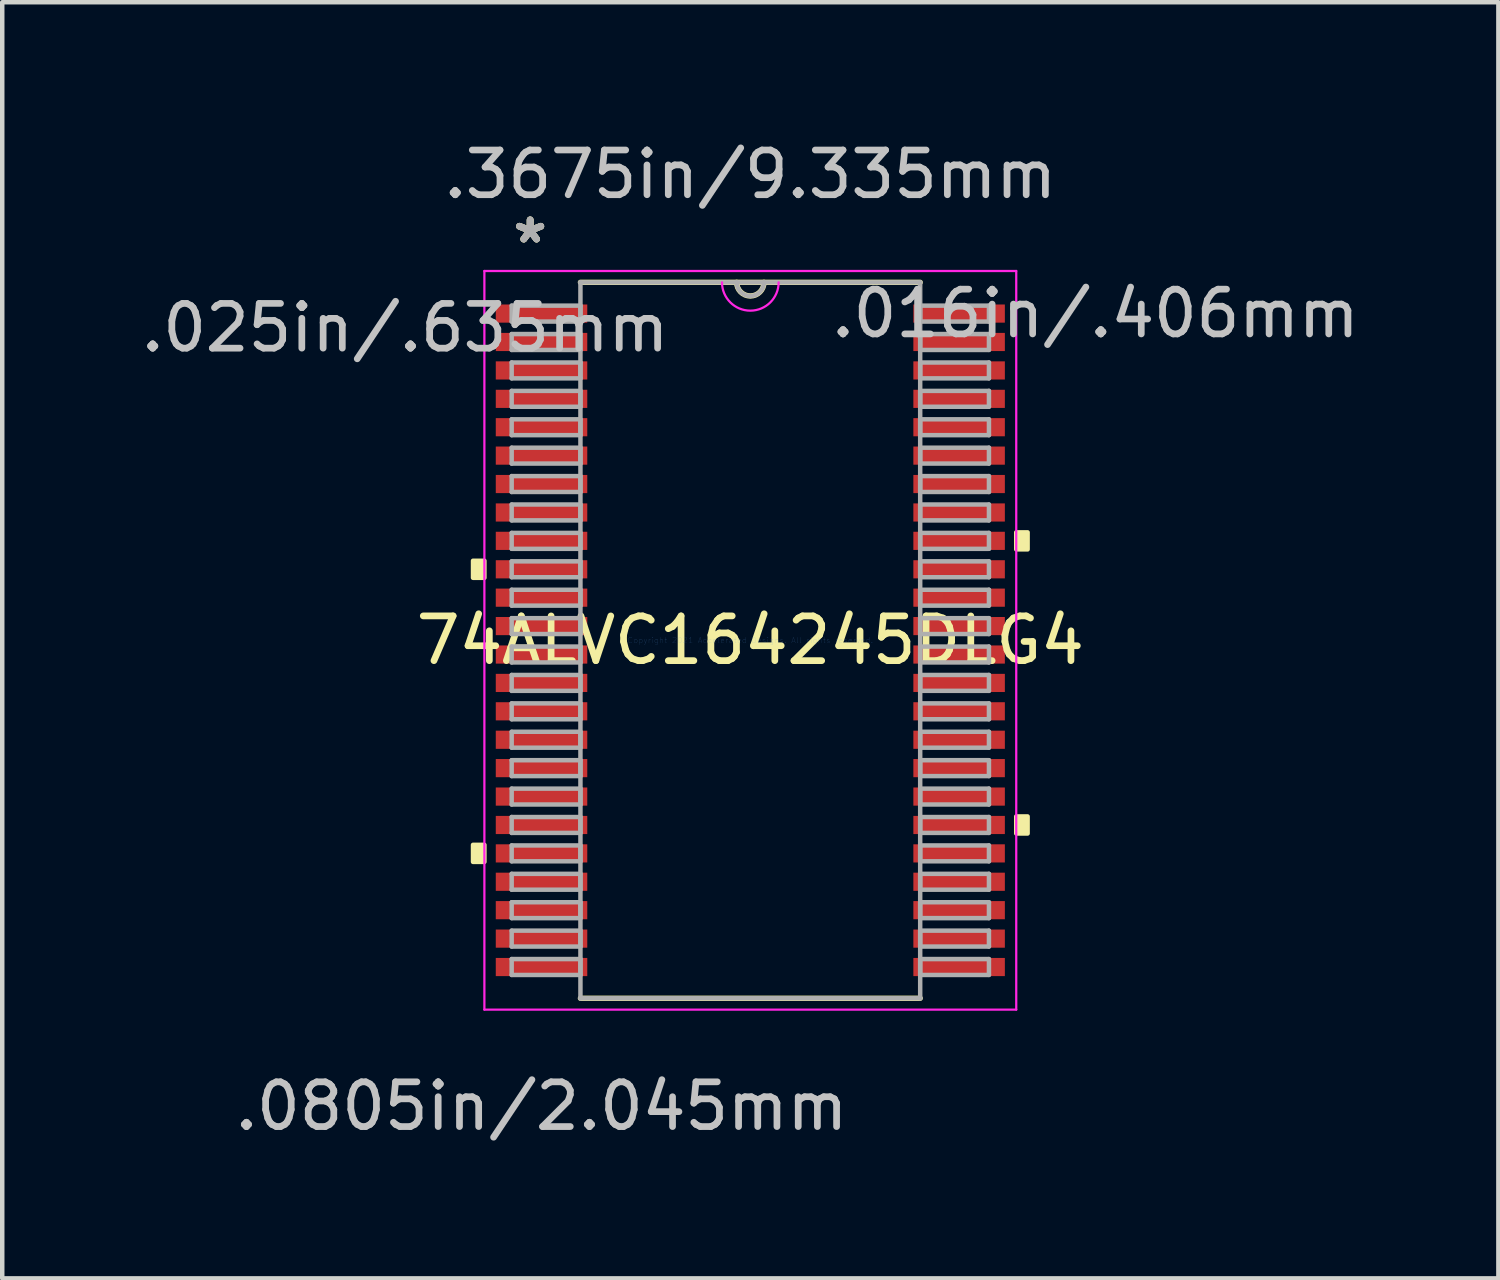
<source format=kicad_pcb>
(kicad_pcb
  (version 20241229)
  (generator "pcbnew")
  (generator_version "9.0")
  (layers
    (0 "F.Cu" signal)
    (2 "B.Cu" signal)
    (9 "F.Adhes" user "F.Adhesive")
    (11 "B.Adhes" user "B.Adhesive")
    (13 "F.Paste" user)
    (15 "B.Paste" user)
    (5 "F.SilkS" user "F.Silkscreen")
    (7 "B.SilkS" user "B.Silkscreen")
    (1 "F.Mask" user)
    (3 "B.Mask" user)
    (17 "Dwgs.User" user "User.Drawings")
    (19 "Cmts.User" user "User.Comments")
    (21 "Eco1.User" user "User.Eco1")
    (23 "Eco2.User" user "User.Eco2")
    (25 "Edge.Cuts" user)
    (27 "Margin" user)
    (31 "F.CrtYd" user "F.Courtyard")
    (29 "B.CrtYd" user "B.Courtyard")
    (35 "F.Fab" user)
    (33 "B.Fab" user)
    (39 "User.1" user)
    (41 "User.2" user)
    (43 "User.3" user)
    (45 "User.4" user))
  (footprint "74ALVC164245DLG4"
    (layer "F.Cu")
    (at 13.721 11.262)
    (property "Reference" "74ALVC164245DLG4" (at 0 0 0) (layer "F.SilkS") (effects (font (size 1 1) (thickness 0.15))))
    (attr through_hole)
    (fp_line (start -3.797 8.001) (end 3.797 8.001) (stroke (width 0.12) (type solid)) (layer "F.SilkS"))
    (fp_line (start 3.797 -8.001) (end -3.797 -8.001) (stroke (width 0.12) (type solid)) (layer "F.SilkS"))
    (fp_arc (start 0.3048 -8.001) (mid 0 -7.6962) (end -0.3048 -8.001) (stroke (width 0.12) (type solid)) (layer "F.SilkS"))
    (fp_poly (pts (xy -6.198 -1.778) (xy -6.198 -1.397) (xy -5.944 -1.397) (xy -5.944 -1.778)) (stroke (width 0.1) (type solid)) (fill yes) (layer "F.SilkS"))
    (fp_poly (pts (xy -6.198 4.572) (xy -6.198 4.953) (xy -5.944 4.953) (xy -5.944 4.572)) (stroke (width 0.1) (type solid)) (fill yes) (layer "F.SilkS"))
    (fp_poly (pts (xy 6.198 -2.413) (xy 6.198 -2.032) (xy 5.944 -2.032) (xy 5.944 -2.413)) (stroke (width 0.1) (type solid)) (fill yes) (layer "F.SilkS"))
    (fp_poly (pts (xy 6.198 3.937) (xy 6.198 4.318) (xy 5.944 4.318) (xy 5.944 3.937)) (stroke (width 0.1) (type solid)) (fill yes) (layer "F.SilkS"))
    (fp_line (start -5.944 -8.255) (end 5.944 -8.255) (stroke (width 0.05) (type solid)) (layer "F.CrtYd"))
    (fp_line (start -5.944 8.255) (end -5.944 -8.255) (stroke (width 0.05) (type solid)) (layer "F.CrtYd"))
    (fp_line (start 5.944 -8.255) (end 5.944 8.255) (stroke (width 0.05) (type solid)) (layer "F.CrtYd"))
    (fp_line (start 5.944 8.255) (end -5.944 8.255) (stroke (width 0.05) (type solid)) (layer "F.CrtYd"))
    (fp_arc (start 0.632883 -8.001) (mid 0 -7.368117) (end -0.632883 -8.001) (stroke (width 0.05) (type solid)) (layer "F.CrtYd"))
    (fp_line (start -5.334 -7.48) (end -5.334 -7.125) (stroke (width 0.1) (type solid)) (layer "F.Fab"))
    (fp_line (start -5.334 -7.125) (end -3.797 -7.125) (stroke (width 0.1) (type solid)) (layer "F.Fab"))
    (fp_line (start -5.334 -6.845) (end -5.334 -6.49) (stroke (width 0.1) (type solid)) (layer "F.Fab"))
    (fp_line (start -5.334 -6.49) (end -3.797 -6.49) (stroke (width 0.1) (type solid)) (layer "F.Fab"))
    (fp_line (start -5.334 -6.21) (end -5.334 -5.855) (stroke (width 0.1) (type solid)) (layer "F.Fab"))
    (fp_line (start -5.334 -5.855) (end -3.797 -5.855) (stroke (width 0.1) (type solid)) (layer "F.Fab"))
    (fp_line (start -5.334 -5.575) (end -5.334 -5.22) (stroke (width 0.1) (type solid)) (layer "F.Fab"))
    (fp_line (start -5.334 -5.22) (end -3.797 -5.22) (stroke (width 0.1) (type solid)) (layer "F.Fab"))
    (fp_line (start -5.334 -4.94) (end -5.334 -4.585) (stroke (width 0.1) (type solid)) (layer "F.Fab"))
    (fp_line (start -5.334 -4.585) (end -3.797 -4.585) (stroke (width 0.1) (type solid)) (layer "F.Fab"))
    (fp_line (start -5.334 -4.305) (end -5.334 -3.95) (stroke (width 0.1) (type solid)) (layer "F.Fab"))
    (fp_line (start -5.334 -3.95) (end -3.797 -3.95) (stroke (width 0.1) (type solid)) (layer "F.Fab"))
    (fp_line (start -5.334 -3.67) (end -5.334 -3.315) (stroke (width 0.1) (type solid)) (layer "F.Fab"))
    (fp_line (start -5.334 -3.315) (end -3.797 -3.315) (stroke (width 0.1) (type solid)) (layer "F.Fab"))
    (fp_line (start -5.334 -3.035) (end -5.334 -2.68) (stroke (width 0.1) (type solid)) (layer "F.Fab"))
    (fp_line (start -5.334 -2.68) (end -3.797 -2.68) (stroke (width 0.1) (type solid)) (layer "F.Fab"))
    (fp_line (start -5.334 -2.4) (end -5.334 -2.045) (stroke (width 0.1) (type solid)) (layer "F.Fab"))
    (fp_line (start -5.334 -2.045) (end -3.797 -2.045) (stroke (width 0.1) (type solid)) (layer "F.Fab"))
    (fp_line (start -5.334 -1.765) (end -5.334 -1.41) (stroke (width 0.1) (type solid)) (layer "F.Fab"))
    (fp_line (start -5.334 -1.41) (end -3.797 -1.41) (stroke (width 0.1) (type solid)) (layer "F.Fab"))
    (fp_line (start -5.334 -1.13) (end -5.334 -0.775) (stroke (width 0.1) (type solid)) (layer "F.Fab"))
    (fp_line (start -5.334 -0.775) (end -3.797 -0.775) (stroke (width 0.1) (type solid)) (layer "F.Fab"))
    (fp_line (start -5.334 -0.495) (end -5.334 -0.14) (stroke (width 0.1) (type solid)) (layer "F.Fab"))
    (fp_line (start -5.334 -0.14) (end -3.797 -0.14) (stroke (width 0.1) (type solid)) (layer "F.Fab"))
    (fp_line (start -5.334 0.14) (end -5.334 0.495) (stroke (width 0.1) (type solid)) (layer "F.Fab"))
    (fp_line (start -5.334 0.495) (end -3.797 0.495) (stroke (width 0.1) (type solid)) (layer "F.Fab"))
    (fp_line (start -5.334 0.775) (end -5.334 1.13) (stroke (width 0.1) (type solid)) (layer "F.Fab"))
    (fp_line (start -5.334 1.13) (end -3.797 1.13) (stroke (width 0.1) (type solid)) (layer "F.Fab"))
    (fp_line (start -5.334 1.41) (end -5.334 1.765) (stroke (width 0.1) (type solid)) (layer "F.Fab"))
    (fp_line (start -5.334 1.765) (end -3.797 1.765) (stroke (width 0.1) (type solid)) (layer "F.Fab"))
    (fp_line (start -5.334 2.045) (end -5.334 2.4) (stroke (width 0.1) (type solid)) (layer "F.Fab"))
    (fp_line (start -5.334 2.4) (end -3.797 2.4) (stroke (width 0.1) (type solid)) (layer "F.Fab"))
    (fp_line (start -5.334 2.68) (end -5.334 3.035) (stroke (width 0.1) (type solid)) (layer "F.Fab"))
    (fp_line (start -5.334 3.035) (end -3.797 3.035) (stroke (width 0.1) (type solid)) (layer "F.Fab"))
    (fp_line (start -5.334 3.315) (end -5.334 3.67) (stroke (width 0.1) (type solid)) (layer "F.Fab"))
    (fp_line (start -5.334 3.67) (end -3.797 3.67) (stroke (width 0.1) (type solid)) (layer "F.Fab"))
    (fp_line (start -5.334 3.95) (end -5.334 4.305) (stroke (width 0.1) (type solid)) (layer "F.Fab"))
    (fp_line (start -5.334 4.305) (end -3.797 4.305) (stroke (width 0.1) (type solid)) (layer "F.Fab"))
    (fp_line (start -5.334 4.585) (end -5.334 4.94) (stroke (width 0.1) (type solid)) (layer "F.Fab"))
    (fp_line (start -5.334 4.94) (end -3.797 4.94) (stroke (width 0.1) (type solid)) (layer "F.Fab"))
    (fp_line (start -5.334 5.22) (end -5.334 5.575) (stroke (width 0.1) (type solid)) (layer "F.Fab"))
    (fp_line (start -5.334 5.575) (end -3.797 5.575) (stroke (width 0.1) (type solid)) (layer "F.Fab"))
    (fp_line (start -5.334 5.855) (end -5.334 6.21) (stroke (width 0.1) (type solid)) (layer "F.Fab"))
    (fp_line (start -5.334 6.21) (end -3.797 6.21) (stroke (width 0.1) (type solid)) (layer "F.Fab"))
    (fp_line (start -5.334 6.49) (end -5.334 6.845) (stroke (width 0.1) (type solid)) (layer "F.Fab"))
    (fp_line (start -5.334 6.845) (end -3.797 6.845) (stroke (width 0.1) (type solid)) (layer "F.Fab"))
    (fp_line (start -5.334 7.125) (end -5.334 7.48) (stroke (width 0.1) (type solid)) (layer "F.Fab"))
    (fp_line (start -5.334 7.48) (end -3.797 7.48) (stroke (width 0.1) (type solid)) (layer "F.Fab"))
    (fp_line (start -3.797 -8.001) (end -3.797 8.001) (stroke (width 0.1) (type solid)) (layer "F.Fab"))
    (fp_line (start -3.797 -7.48) (end -5.334 -7.48) (stroke (width 0.1) (type solid)) (layer "F.Fab"))
    (fp_line (start -3.797 -7.125) (end -3.797 -7.48) (stroke (width 0.1) (type solid)) (layer "F.Fab"))
    (fp_line (start -3.797 -6.845) (end -5.334 -6.845) (stroke (width 0.1) (type solid)) (layer "F.Fab"))
    (fp_line (start -3.797 -6.49) (end -3.797 -6.845) (stroke (width 0.1) (type solid)) (layer "F.Fab"))
    (fp_line (start -3.797 -6.21) (end -5.334 -6.21) (stroke (width 0.1) (type solid)) (layer "F.Fab"))
    (fp_line (start -3.797 -5.855) (end -3.797 -6.21) (stroke (width 0.1) (type solid)) (layer "F.Fab"))
    (fp_line (start -3.797 -5.575) (end -5.334 -5.575) (stroke (width 0.1) (type solid)) (layer "F.Fab"))
    (fp_line (start -3.797 -5.22) (end -3.797 -5.575) (stroke (width 0.1) (type solid)) (layer "F.Fab"))
    (fp_line (start -3.797 -4.94) (end -5.334 -4.94) (stroke (width 0.1) (type solid)) (layer "F.Fab"))
    (fp_line (start -3.797 -4.585) (end -3.797 -4.94) (stroke (width 0.1) (type solid)) (layer "F.Fab"))
    (fp_line (start -3.797 -4.305) (end -5.334 -4.305) (stroke (width 0.1) (type solid)) (layer "F.Fab"))
    (fp_line (start -3.797 -3.95) (end -3.797 -4.305) (stroke (width 0.1) (type solid)) (layer "F.Fab"))
    (fp_line (start -3.797 -3.67) (end -5.334 -3.67) (stroke (width 0.1) (type solid)) (layer "F.Fab"))
    (fp_line (start -3.797 -3.315) (end -3.797 -3.67) (stroke (width 0.1) (type solid)) (layer "F.Fab"))
    (fp_line (start -3.797 -3.035) (end -5.334 -3.035) (stroke (width 0.1) (type solid)) (layer "F.Fab"))
    (fp_line (start -3.797 -2.68) (end -3.797 -3.035) (stroke (width 0.1) (type solid)) (layer "F.Fab"))
    (fp_line (start -3.797 -2.4) (end -5.334 -2.4) (stroke (width 0.1) (type solid)) (layer "F.Fab"))
    (fp_line (start -3.797 -2.045) (end -3.797 -2.4) (stroke (width 0.1) (type solid)) (layer "F.Fab"))
    (fp_line (start -3.797 -1.765) (end -5.334 -1.765) (stroke (width 0.1) (type solid)) (layer "F.Fab"))
    (fp_line (start -3.797 -1.41) (end -3.797 -1.765) (stroke (width 0.1) (type solid)) (layer "F.Fab"))
    (fp_line (start -3.797 -1.13) (end -5.334 -1.13) (stroke (width 0.1) (type solid)) (layer "F.Fab"))
    (fp_line (start -3.797 -0.775) (end -3.797 -1.13) (stroke (width 0.1) (type solid)) (layer "F.Fab"))
    (fp_line (start -3.797 -0.495) (end -5.334 -0.495) (stroke (width 0.1) (type solid)) (layer "F.Fab"))
    (fp_line (start -3.797 -0.14) (end -3.797 -0.495) (stroke (width 0.1) (type solid)) (layer "F.Fab"))
    (fp_line (start -3.797 0.14) (end -5.334 0.14) (stroke (width 0.1) (type solid)) (layer "F.Fab"))
    (fp_line (start -3.797 0.495) (end -3.797 0.14) (stroke (width 0.1) (type solid)) (layer "F.Fab"))
    (fp_line (start -3.797 0.775) (end -5.334 0.775) (stroke (width 0.1) (type solid)) (layer "F.Fab"))
    (fp_line (start -3.797 1.13) (end -3.797 0.775) (stroke (width 0.1) (type solid)) (layer "F.Fab"))
    (fp_line (start -3.797 1.41) (end -5.334 1.41) (stroke (width 0.1) (type solid)) (layer "F.Fab"))
    (fp_line (start -3.797 1.765) (end -3.797 1.41) (stroke (width 0.1) (type solid)) (layer "F.Fab"))
    (fp_line (start -3.797 2.045) (end -5.334 2.045) (stroke (width 0.1) (type solid)) (layer "F.Fab"))
    (fp_line (start -3.797 2.4) (end -3.797 2.045) (stroke (width 0.1) (type solid)) (layer "F.Fab"))
    (fp_line (start -3.797 2.68) (end -5.334 2.68) (stroke (width 0.1) (type solid)) (layer "F.Fab"))
    (fp_line (start -3.797 3.035) (end -3.797 2.68) (stroke (width 0.1) (type solid)) (layer "F.Fab"))
    (fp_line (start -3.797 3.315) (end -5.334 3.315) (stroke (width 0.1) (type solid)) (layer "F.Fab"))
    (fp_line (start -3.797 3.67) (end -3.797 3.315) (stroke (width 0.1) (type solid)) (layer "F.Fab"))
    (fp_line (start -3.797 3.95) (end -5.334 3.95) (stroke (width 0.1) (type solid)) (layer "F.Fab"))
    (fp_line (start -3.797 4.305) (end -3.797 3.95) (stroke (width 0.1) (type solid)) (layer "F.Fab"))
    (fp_line (start -3.797 4.585) (end -5.334 4.585) (stroke (width 0.1) (type solid)) (layer "F.Fab"))
    (fp_line (start -3.797 4.94) (end -3.797 4.585) (stroke (width 0.1) (type solid)) (layer "F.Fab"))
    (fp_line (start -3.797 5.22) (end -5.334 5.22) (stroke (width 0.1) (type solid)) (layer "F.Fab"))
    (fp_line (start -3.797 5.575) (end -3.797 5.22) (stroke (width 0.1) (type solid)) (layer "F.Fab"))
    (fp_line (start -3.797 5.855) (end -5.334 5.855) (stroke (width 0.1) (type solid)) (layer "F.Fab"))
    (fp_line (start -3.797 6.21) (end -3.797 5.855) (stroke (width 0.1) (type solid)) (layer "F.Fab"))
    (fp_line (start -3.797 6.49) (end -5.334 6.49) (stroke (width 0.1) (type solid)) (layer "F.Fab"))
    (fp_line (start -3.797 6.845) (end -3.797 6.49) (stroke (width 0.1) (type solid)) (layer "F.Fab"))
    (fp_line (start -3.797 7.125) (end -5.334 7.125) (stroke (width 0.1) (type solid)) (layer "F.Fab"))
    (fp_line (start -3.797 7.48) (end -3.797 7.125) (stroke (width 0.1) (type solid)) (layer "F.Fab"))
    (fp_line (start -3.797 8.001) (end 3.797 8.001) (stroke (width 0.1) (type solid)) (layer "F.Fab"))
    (fp_line (start 3.797 -8.001) (end -3.797 -8.001) (stroke (width 0.1) (type solid)) (layer "F.Fab"))
    (fp_line (start 3.797 -7.48) (end 3.797 -7.125) (stroke (width 0.1) (type solid)) (layer "F.Fab"))
    (fp_line (start 3.797 -7.125) (end 5.334 -7.125) (stroke (width 0.1) (type solid)) (layer "F.Fab"))
    (fp_line (start 3.797 -6.845) (end 3.797 -6.49) (stroke (width 0.1) (type solid)) (layer "F.Fab"))
    (fp_line (start 3.797 -6.49) (end 5.334 -6.49) (stroke (width 0.1) (type solid)) (layer "F.Fab"))
    (fp_line (start 3.797 -6.21) (end 3.797 -5.855) (stroke (width 0.1) (type solid)) (layer "F.Fab"))
    (fp_line (start 3.797 -5.855) (end 5.334 -5.855) (stroke (width 0.1) (type solid)) (layer "F.Fab"))
    (fp_line (start 3.797 -5.575) (end 3.797 -5.22) (stroke (width 0.1) (type solid)) (layer "F.Fab"))
    (fp_line (start 3.797 -5.22) (end 5.334 -5.22) (stroke (width 0.1) (type solid)) (layer "F.Fab"))
    (fp_line (start 3.797 -4.94) (end 3.797 -4.585) (stroke (width 0.1) (type solid)) (layer "F.Fab"))
    (fp_line (start 3.797 -4.585) (end 5.334 -4.585) (stroke (width 0.1) (type solid)) (layer "F.Fab"))
    (fp_line (start 3.797 -4.305) (end 3.797 -3.95) (stroke (width 0.1) (type solid)) (layer "F.Fab"))
    (fp_line (start 3.797 -3.95) (end 5.334 -3.95) (stroke (width 0.1) (type solid)) (layer "F.Fab"))
    (fp_line (start 3.797 -3.67) (end 3.797 -3.315) (stroke (width 0.1) (type solid)) (layer "F.Fab"))
    (fp_line (start 3.797 -3.315) (end 5.334 -3.315) (stroke (width 0.1) (type solid)) (layer "F.Fab"))
    (fp_line (start 3.797 -3.035) (end 3.797 -2.68) (stroke (width 0.1) (type solid)) (layer "F.Fab"))
    (fp_line (start 3.797 -2.68) (end 5.334 -2.68) (stroke (width 0.1) (type solid)) (layer "F.Fab"))
    (fp_line (start 3.797 -2.4) (end 3.797 -2.045) (stroke (width 0.1) (type solid)) (layer "F.Fab"))
    (fp_line (start 3.797 -2.045) (end 5.334 -2.045) (stroke (width 0.1) (type solid)) (layer "F.Fab"))
    (fp_line (start 3.797 -1.765) (end 3.797 -1.41) (stroke (width 0.1) (type solid)) (layer "F.Fab"))
    (fp_line (start 3.797 -1.41) (end 5.334 -1.41) (stroke (width 0.1) (type solid)) (layer "F.Fab"))
    (fp_line (start 3.797 -1.13) (end 3.797 -0.775) (stroke (width 0.1) (type solid)) (layer "F.Fab"))
    (fp_line (start 3.797 -0.775) (end 5.334 -0.775) (stroke (width 0.1) (type solid)) (layer "F.Fab"))
    (fp_line (start 3.797 -0.495) (end 3.797 -0.14) (stroke (width 0.1) (type solid)) (layer "F.Fab"))
    (fp_line (start 3.797 -0.14) (end 5.334 -0.14) (stroke (width 0.1) (type solid)) (layer "F.Fab"))
    (fp_line (start 3.797 0.14) (end 3.797 0.495) (stroke (width 0.1) (type solid)) (layer "F.Fab"))
    (fp_line (start 3.797 0.495) (end 5.334 0.495) (stroke (width 0.1) (type solid)) (layer "F.Fab"))
    (fp_line (start 3.797 0.775) (end 3.797 1.13) (stroke (width 0.1) (type solid)) (layer "F.Fab"))
    (fp_line (start 3.797 1.13) (end 5.334 1.13) (stroke (width 0.1) (type solid)) (layer "F.Fab"))
    (fp_line (start 3.797 1.41) (end 3.797 1.765) (stroke (width 0.1) (type solid)) (layer "F.Fab"))
    (fp_line (start 3.797 1.765) (end 5.334 1.765) (stroke (width 0.1) (type solid)) (layer "F.Fab"))
    (fp_line (start 3.797 2.045) (end 3.797 2.4) (stroke (width 0.1) (type solid)) (layer "F.Fab"))
    (fp_line (start 3.797 2.4) (end 5.334 2.4) (stroke (width 0.1) (type solid)) (layer "F.Fab"))
    (fp_line (start 3.797 2.68) (end 3.797 3.035) (stroke (width 0.1) (type solid)) (layer "F.Fab"))
    (fp_line (start 3.797 3.035) (end 5.334 3.035) (stroke (width 0.1) (type solid)) (layer "F.Fab"))
    (fp_line (start 3.797 3.315) (end 3.797 3.67) (stroke (width 0.1) (type solid)) (layer "F.Fab"))
    (fp_line (start 3.797 3.67) (end 5.334 3.67) (stroke (width 0.1) (type solid)) (layer "F.Fab"))
    (fp_line (start 3.797 3.95) (end 3.797 4.305) (stroke (width 0.1) (type solid)) (layer "F.Fab"))
    (fp_line (start 3.797 4.305) (end 5.334 4.305) (stroke (width 0.1) (type solid)) (layer "F.Fab"))
    (fp_line (start 3.797 4.585) (end 3.797 4.94) (stroke (width 0.1) (type solid)) (layer "F.Fab"))
    (fp_line (start 3.797 4.94) (end 5.334 4.94) (stroke (width 0.1) (type solid)) (layer "F.Fab"))
    (fp_line (start 3.797 5.22) (end 3.797 5.575) (stroke (width 0.1) (type solid)) (layer "F.Fab"))
    (fp_line (start 3.797 5.575) (end 5.334 5.575) (stroke (width 0.1) (type solid)) (layer "F.Fab"))
    (fp_line (start 3.797 5.855) (end 3.797 6.21) (stroke (width 0.1) (type solid)) (layer "F.Fab"))
    (fp_line (start 3.797 6.21) (end 5.334 6.21) (stroke (width 0.1) (type solid)) (layer "F.Fab"))
    (fp_line (start 3.797 6.49) (end 3.797 6.845) (stroke (width 0.1) (type solid)) (layer "F.Fab"))
    (fp_line (start 3.797 6.845) (end 5.334 6.845) (stroke (width 0.1) (type solid)) (layer "F.Fab"))
    (fp_line (start 3.797 7.125) (end 3.797 7.48) (stroke (width 0.1) (type solid)) (layer "F.Fab"))
    (fp_line (start 3.797 7.48) (end 5.334 7.48) (stroke (width 0.1) (type solid)) (layer "F.Fab"))
    (fp_line (start 3.797 8.001) (end 3.797 -8.001) (stroke (width 0.1) (type solid)) (layer "F.Fab"))
    (fp_line (start 5.334 -7.48) (end 3.797 -7.48) (stroke (width 0.1) (type solid)) (layer "F.Fab"))
    (fp_line (start 5.334 -7.125) (end 5.334 -7.48) (stroke (width 0.1) (type solid)) (layer "F.Fab"))
    (fp_line (start 5.334 -6.845) (end 3.797 -6.845) (stroke (width 0.1) (type solid)) (layer "F.Fab"))
    (fp_line (start 5.334 -6.49) (end 5.334 -6.845) (stroke (width 0.1) (type solid)) (layer "F.Fab"))
    (fp_line (start 5.334 -6.21) (end 3.797 -6.21) (stroke (width 0.1) (type solid)) (layer "F.Fab"))
    (fp_line (start 5.334 -5.855) (end 5.334 -6.21) (stroke (width 0.1) (type solid)) (layer "F.Fab"))
    (fp_line (start 5.334 -5.575) (end 3.797 -5.575) (stroke (width 0.1) (type solid)) (layer "F.Fab"))
    (fp_line (start 5.334 -5.22) (end 5.334 -5.575) (stroke (width 0.1) (type solid)) (layer "F.Fab"))
    (fp_line (start 5.334 -4.94) (end 3.797 -4.94) (stroke (width 0.1) (type solid)) (layer "F.Fab"))
    (fp_line (start 5.334 -4.585) (end 5.334 -4.94) (stroke (width 0.1) (type solid)) (layer "F.Fab"))
    (fp_line (start 5.334 -4.305) (end 3.797 -4.305) (stroke (width 0.1) (type solid)) (layer "F.Fab"))
    (fp_line (start 5.334 -3.95) (end 5.334 -4.305) (stroke (width 0.1) (type solid)) (layer "F.Fab"))
    (fp_line (start 5.334 -3.67) (end 3.797 -3.67) (stroke (width 0.1) (type solid)) (layer "F.Fab"))
    (fp_line (start 5.334 -3.315) (end 5.334 -3.67) (stroke (width 0.1) (type solid)) (layer "F.Fab"))
    (fp_line (start 5.334 -3.035) (end 3.797 -3.035) (stroke (width 0.1) (type solid)) (layer "F.Fab"))
    (fp_line (start 5.334 -2.68) (end 5.334 -3.035) (stroke (width 0.1) (type solid)) (layer "F.Fab"))
    (fp_line (start 5.334 -2.4) (end 3.797 -2.4) (stroke (width 0.1) (type solid)) (layer "F.Fab"))
    (fp_line (start 5.334 -2.045) (end 5.334 -2.4) (stroke (width 0.1) (type solid)) (layer "F.Fab"))
    (fp_line (start 5.334 -1.765) (end 3.797 -1.765) (stroke (width 0.1) (type solid)) (layer "F.Fab"))
    (fp_line (start 5.334 -1.41) (end 5.334 -1.765) (stroke (width 0.1) (type solid)) (layer "F.Fab"))
    (fp_line (start 5.334 -1.13) (end 3.797 -1.13) (stroke (width 0.1) (type solid)) (layer "F.Fab"))
    (fp_line (start 5.334 -0.775) (end 5.334 -1.13) (stroke (width 0.1) (type solid)) (layer "F.Fab"))
    (fp_line (start 5.334 -0.495) (end 3.797 -0.495) (stroke (width 0.1) (type solid)) (layer "F.Fab"))
    (fp_line (start 5.334 -0.14) (end 5.334 -0.495) (stroke (width 0.1) (type solid)) (layer "F.Fab"))
    (fp_line (start 5.334 0.14) (end 3.797 0.14) (stroke (width 0.1) (type solid)) (layer "F.Fab"))
    (fp_line (start 5.334 0.495) (end 5.334 0.14) (stroke (width 0.1) (type solid)) (layer "F.Fab"))
    (fp_line (start 5.334 0.775) (end 3.797 0.775) (stroke (width 0.1) (type solid)) (layer "F.Fab"))
    (fp_line (start 5.334 1.13) (end 5.334 0.775) (stroke (width 0.1) (type solid)) (layer "F.Fab"))
    (fp_line (start 5.334 1.41) (end 3.797 1.41) (stroke (width 0.1) (type solid)) (layer "F.Fab"))
    (fp_line (start 5.334 1.765) (end 5.334 1.41) (stroke (width 0.1) (type solid)) (layer "F.Fab"))
    (fp_line (start 5.334 2.045) (end 3.797 2.045) (stroke (width 0.1) (type solid)) (layer "F.Fab"))
    (fp_line (start 5.334 2.4) (end 5.334 2.045) (stroke (width 0.1) (type solid)) (layer "F.Fab"))
    (fp_line (start 5.334 2.68) (end 3.797 2.68) (stroke (width 0.1) (type solid)) (layer "F.Fab"))
    (fp_line (start 5.334 3.035) (end 5.334 2.68) (stroke (width 0.1) (type solid)) (layer "F.Fab"))
    (fp_line (start 5.334 3.315) (end 3.797 3.315) (stroke (width 0.1) (type solid)) (layer "F.Fab"))
    (fp_line (start 5.334 3.67) (end 5.334 3.315) (stroke (width 0.1) (type solid)) (layer "F.Fab"))
    (fp_line (start 5.334 3.95) (end 3.797 3.95) (stroke (width 0.1) (type solid)) (layer "F.Fab"))
    (fp_line (start 5.334 4.305) (end 5.334 3.95) (stroke (width 0.1) (type solid)) (layer "F.Fab"))
    (fp_line (start 5.334 4.585) (end 3.797 4.585) (stroke (width 0.1) (type solid)) (layer "F.Fab"))
    (fp_line (start 5.334 4.94) (end 5.334 4.585) (stroke (width 0.1) (type solid)) (layer "F.Fab"))
    (fp_line (start 5.334 5.22) (end 3.797 5.22) (stroke (width 0.1) (type solid)) (layer "F.Fab"))
    (fp_line (start 5.334 5.575) (end 5.334 5.22) (stroke (width 0.1) (type solid)) (layer "F.Fab"))
    (fp_line (start 5.334 5.855) (end 3.797 5.855) (stroke (width 0.1) (type solid)) (layer "F.Fab"))
    (fp_line (start 5.334 6.21) (end 5.334 5.855) (stroke (width 0.1) (type solid)) (layer "F.Fab"))
    (fp_line (start 5.334 6.49) (end 3.797 6.49) (stroke (width 0.1) (type solid)) (layer "F.Fab"))
    (fp_line (start 5.334 6.845) (end 5.334 6.49) (stroke (width 0.1) (type solid)) (layer "F.Fab"))
    (fp_line (start 5.334 7.125) (end 3.797 7.125) (stroke (width 0.1) (type solid)) (layer "F.Fab"))
    (fp_line (start 5.334 7.48) (end 5.334 7.125) (stroke (width 0.1) (type solid)) (layer "F.Fab"))
    (fp_arc (start 0.3048 -8.001) (mid 0 -7.6962) (end -0.3048 -8.001) (stroke (width 0.1) (type solid)) (layer "F.Fab"))
    (fp_text user "*" (at -4.921 -8.852 0) (layer "F.SilkS") (effects (font (size 1 1) (thickness 0.15))))
    (fp_text user "*" (at -4.921 -8.852 0) (layer "F.SilkS") (effects (font (size 1 1) (thickness 0.15))))
    (fp_text user ".0805in/2.045mm" (at -4.667 10.414 0) (layer "Dwgs.User") (effects (font (size 1 1) (thickness 0.15))))
    (fp_text user ".3675in/9.335mm" (at 0 -10.414 0) (layer "Dwgs.User") (effects (font (size 1 1) (thickness 0.15))))
    (fp_text user ".025in/.635mm" (at -7.715 -6.985 0) (layer "Dwgs.User") (effects (font (size 1 1) (thickness 0.15))))
    (fp_text user ".016in/.406mm" (at 7.715 -7.303 0) (layer "Dwgs.User") (effects (font (size 1 1) (thickness 0.15))))
    (fp_text user "Copyright 2021 Accelerated Designs. All rights reserved." (at 0 0 0) (layer "Cmts.User") (effects (font (size 0.127 0.127) (thickness 0.002))))
    (fp_text user "*" (at -4.921 -8.852 0) (layer "F.Fab") (effects (font (size 1 1) (thickness 0.15))))
    (fp_text user "*" (at -4.921 -8.852 0) (layer "F.Fab") (effects (font (size 1 1) (thickness 0.15))))
    (pad "1" smd rect (at -4.667 -7.303) (size 2.045 0.406) (layers "F.Cu" "F.Mask" "F.Paste"))
    (pad "2" smd rect (at -4.667 -6.668) (size 2.045 0.406) (layers "F.Cu" "F.Mask" "F.Paste"))
    (pad "3" smd rect (at -4.667 -6.032) (size 2.045 0.406) (layers "F.Cu" "F.Mask" "F.Paste"))
    (pad "4" smd rect (at -4.667 -5.397) (size 2.045 0.406) (layers "F.Cu" "F.Mask" "F.Paste"))
    (pad "5" smd rect (at -4.667 -4.763) (size 2.045 0.406) (layers "F.Cu" "F.Mask" "F.Paste"))
    (pad "6" smd rect (at -4.667 -4.128) (size 2.045 0.406) (layers "F.Cu" "F.Mask" "F.Paste"))
    (pad "7" smd rect (at -4.667 -3.493) (size 2.045 0.406) (layers "F.Cu" "F.Mask" "F.Paste"))
    (pad "8" smd rect (at -4.667 -2.857) (size 2.045 0.406) (layers "F.Cu" "F.Mask" "F.Paste"))
    (pad "9" smd rect (at -4.667 -2.223) (size 2.045 0.406) (layers "F.Cu" "F.Mask" "F.Paste"))
    (pad "10" smd rect (at -4.667 -1.587) (size 2.045 0.406) (layers "F.Cu" "F.Mask" "F.Paste"))
    (pad "11" smd rect (at -4.667 -0.953) (size 2.045 0.406) (layers "F.Cu" "F.Mask" "F.Paste"))
    (pad "12" smd rect (at -4.667 -0.318) (size 2.045 0.406) (layers "F.Cu" "F.Mask" "F.Paste"))
    (pad "13" smd rect (at -4.667 0.318) (size 2.045 0.406) (layers "F.Cu" "F.Mask" "F.Paste"))
    (pad "14" smd rect (at -4.667 0.953) (size 2.045 0.406) (layers "F.Cu" "F.Mask" "F.Paste"))
    (pad "15" smd rect (at -4.667 1.587) (size 2.045 0.406) (layers "F.Cu" "F.Mask" "F.Paste"))
    (pad "16" smd rect (at -4.667 2.223) (size 2.045 0.406) (layers "F.Cu" "F.Mask" "F.Paste"))
    (pad "17" smd rect (at -4.667 2.857) (size 2.045 0.406) (layers "F.Cu" "F.Mask" "F.Paste"))
    (pad "18" smd rect (at -4.667 3.493) (size 2.045 0.406) (layers "F.Cu" "F.Mask" "F.Paste"))
    (pad "19" smd rect (at -4.667 4.128) (size 2.045 0.406) (layers "F.Cu" "F.Mask" "F.Paste"))
    (pad "20" smd rect (at -4.667 4.763) (size 2.045 0.406) (layers "F.Cu" "F.Mask" "F.Paste"))
    (pad "21" smd rect (at -4.667 5.397) (size 2.045 0.406) (layers "F.Cu" "F.Mask" "F.Paste"))
    (pad "22" smd rect (at -4.667 6.032) (size 2.045 0.406) (layers "F.Cu" "F.Mask" "F.Paste"))
    (pad "23" smd rect (at -4.667 6.668) (size 2.045 0.406) (layers "F.Cu" "F.Mask" "F.Paste"))
    (pad "24" smd rect (at -4.667 7.303) (size 2.045 0.406) (layers "F.Cu" "F.Mask" "F.Paste"))
    (pad "25" smd rect (at 4.667 7.303) (size 2.045 0.406) (layers "F.Cu" "F.Mask" "F.Paste"))
    (pad "26" smd rect (at 4.667 6.668) (size 2.045 0.406) (layers "F.Cu" "F.Mask" "F.Paste"))
    (pad "27" smd rect (at 4.667 6.032) (size 2.045 0.406) (layers "F.Cu" "F.Mask" "F.Paste"))
    (pad "28" smd rect (at 4.667 5.397) (size 2.045 0.406) (layers "F.Cu" "F.Mask" "F.Paste"))
    (pad "29" smd rect (at 4.667 4.763) (size 2.045 0.406) (layers "F.Cu" "F.Mask" "F.Paste"))
    (pad "30" smd rect (at 4.667 4.128) (size 2.045 0.406) (layers "F.Cu" "F.Mask" "F.Paste"))
    (pad "31" smd rect (at 4.667 3.493) (size 2.045 0.406) (layers "F.Cu" "F.Mask" "F.Paste"))
    (pad "32" smd rect (at 4.667 2.857) (size 2.045 0.406) (layers "F.Cu" "F.Mask" "F.Paste"))
    (pad "33" smd rect (at 4.667 2.223) (size 2.045 0.406) (layers "F.Cu" "F.Mask" "F.Paste"))
    (pad "34" smd rect (at 4.667 1.587) (size 2.045 0.406) (layers "F.Cu" "F.Mask" "F.Paste"))
    (pad "35" smd rect (at 4.667 0.953) (size 2.045 0.406) (layers "F.Cu" "F.Mask" "F.Paste"))
    (pad "36" smd rect (at 4.667 0.318) (size 2.045 0.406) (layers "F.Cu" "F.Mask" "F.Paste"))
    (pad "37" smd rect (at 4.667 -0.318) (size 2.045 0.406) (layers "F.Cu" "F.Mask" "F.Paste"))
    (pad "38" smd rect (at 4.667 -0.953) (size 2.045 0.406) (layers "F.Cu" "F.Mask" "F.Paste"))
    (pad "39" smd rect (at 4.667 -1.587) (size 2.045 0.406) (layers "F.Cu" "F.Mask" "F.Paste"))
    (pad "40" smd rect (at 4.667 -2.223) (size 2.045 0.406) (layers "F.Cu" "F.Mask" "F.Paste"))
    (pad "41" smd rect (at 4.667 -2.857) (size 2.045 0.406) (layers "F.Cu" "F.Mask" "F.Paste"))
    (pad "42" smd rect (at 4.667 -3.493) (size 2.045 0.406) (layers "F.Cu" "F.Mask" "F.Paste"))
    (pad "43" smd rect (at 4.667 -4.128) (size 2.045 0.406) (layers "F.Cu" "F.Mask" "F.Paste"))
    (pad "44" smd rect (at 4.667 -4.763) (size 2.045 0.406) (layers "F.Cu" "F.Mask" "F.Paste"))
    (pad "45" smd rect (at 4.667 -5.397) (size 2.045 0.406) (layers "F.Cu" "F.Mask" "F.Paste"))
    (pad "46" smd rect (at 4.667 -6.032) (size 2.045 0.406) (layers "F.Cu" "F.Mask" "F.Paste"))
    (pad "47" smd rect (at 4.667 -6.668) (size 2.045 0.406) (layers "F.Cu" "F.Mask" "F.Paste"))
    (pad "48" smd rect (at 4.667 -7.303) (size 2.045 0.406) (layers "F.Cu" "F.Mask" "F.Paste")))
  (gr_rect
    (start -3 -3)
    (end 30.442 25.524)
    (stroke (width 0.1) (type default))
    (fill no)
    (layer "Edge.Cuts")))
</source>
